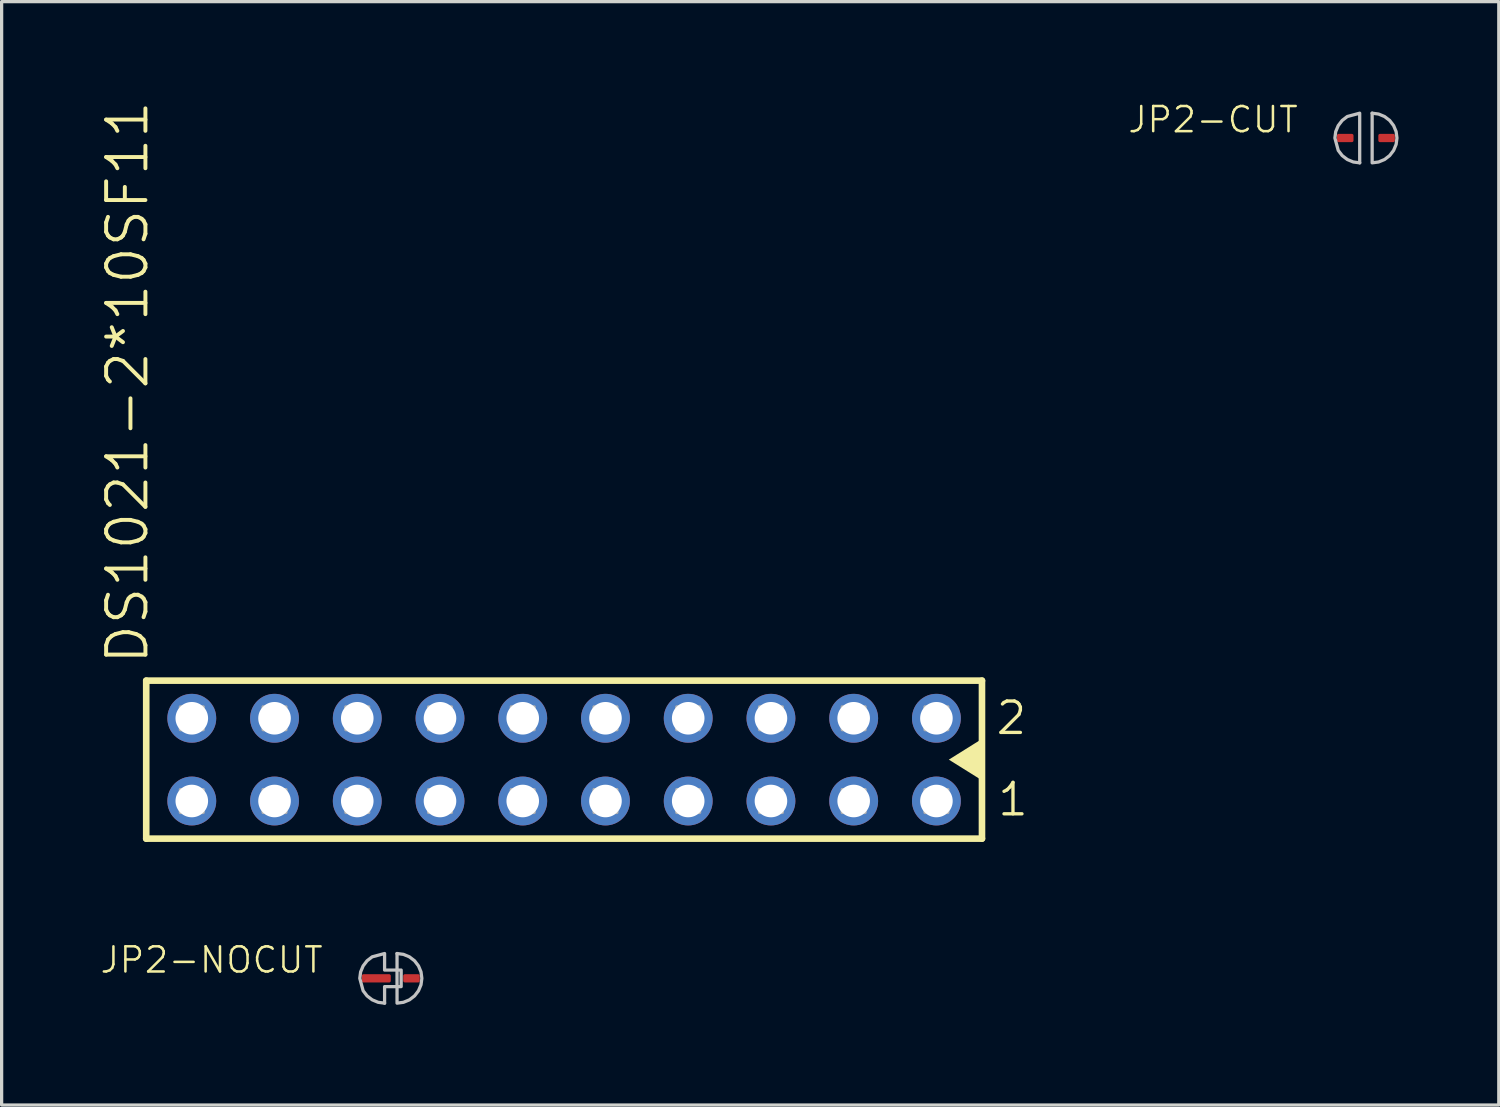
<source format=kicad_pcb>
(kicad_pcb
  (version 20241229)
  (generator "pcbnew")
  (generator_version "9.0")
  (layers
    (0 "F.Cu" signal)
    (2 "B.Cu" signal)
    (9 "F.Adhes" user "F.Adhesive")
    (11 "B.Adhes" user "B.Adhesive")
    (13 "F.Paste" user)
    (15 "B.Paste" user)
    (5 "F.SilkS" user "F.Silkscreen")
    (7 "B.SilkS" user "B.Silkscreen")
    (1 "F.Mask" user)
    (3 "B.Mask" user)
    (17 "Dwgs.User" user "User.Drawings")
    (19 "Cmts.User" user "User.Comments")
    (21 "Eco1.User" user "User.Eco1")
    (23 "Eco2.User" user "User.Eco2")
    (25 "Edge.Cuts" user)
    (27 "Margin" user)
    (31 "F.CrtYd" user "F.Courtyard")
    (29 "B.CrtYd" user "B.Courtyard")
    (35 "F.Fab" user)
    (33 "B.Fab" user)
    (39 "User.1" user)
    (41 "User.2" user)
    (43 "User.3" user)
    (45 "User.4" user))
  (footprint "JP2-NOCUT"
    (layer "F.Cu")
    (at 8.948 26.985)
    (property "Reference" "JP2-NOCUT" (at -2.032 -1.016 180) (layer "F.SilkS") (effects (font (size 0.772 0.772) (thickness 0.077)) (justify right top)))
    (attr through_hole)
    (fp_poly (pts (xy 0 -0.889) (xy -0.191 -0.889) (xy -0.19 -0.889) (xy -0.421 -0.859) (xy -0.635 -0.77) (xy -0.819 -0.629) (xy -0.96 -0.445) (xy -1.049 -0.23) (xy -1.079 0) (xy -1.079 -0.000001) (xy -1.049 0.23) (xy -0.96 0.445) (xy -0.819 0.629) (xy -0.635 0.77) (xy -0.191 0.889) (xy 0 0.889)) (stroke (width 0) (type solid)) (fill yes) (layer "F.Mask"))
    (fp_poly (pts (xy 0 0.889) (xy 0.191 0.889) (xy 0.19 0.889) (xy 0.421 0.859) (xy 0.635 0.77) (xy 0.819 0.629) (xy 0.96 0.445) (xy 1.049 0.23) (xy 1.079 0) (xy 1.079 0.000001) (xy 1.049 -0.23) (xy 0.96 -0.445) (xy 0.819 -0.629) (xy 0.635 -0.77) (xy 0.421 -0.859) (xy 0.191 -0.889) (xy 0 -0.889)) (stroke (width 0) (type solid)) (fill yes) (layer "F.Mask"))
    (fp_poly (pts (xy 0.191 0.762) (xy 0.191 -0.762) (xy 0.19 -0.762) (xy 0.388 -0.736) (xy 0.571 -0.66) (xy 0.729 -0.539) (xy 0.85 -0.381) (xy 0.927 -0.197) (xy 0.953 0) (xy 0.953 -0.000001) (xy 0.927 0.197) (xy 0.85 0.381) (xy 0.729 0.539) (xy 0.572 0.66) (xy 0.388 0.736)) (stroke (width 0.1) (type solid)) (fill no) (layer "Dwgs.User"))
    (fp_poly (pts (xy -0.191 -0.762) (xy -0.191 -0.254) (xy 0.318 -0.254) (xy 0.318 0.254) (xy -0.191 0.254) (xy -0.191 0.762) (xy -0.19 0.762) (xy -0.388 0.736) (xy -0.571 0.66) (xy -0.729 0.539) (xy -0.85 0.381) (xy -0.953 0) (xy -0.953 0.000001) (xy -0.927 -0.197) (xy -0.85 -0.381) (xy -0.729 -0.539) (xy -0.572 -0.66)) (stroke (width 0.1) (type solid)) (fill no) (layer "Dwgs.User"))
    (pad "1" smd roundrect (at -0.445 0) (size 0.889 0.254) (layers "F.Cu" "F.Mask") (roundrect_rratio 0.2))
    (pad "2" smd roundrect (at 0.635 0) (size 0.508 0.254) (layers "F.Cu" "F.Mask") (roundrect_rratio 0.2)))
  (footprint "DS1021-2*10SF11"
    (layer "F.Cu")
    (at 2.838 21.541)
    (property "Reference" "DS1021-2*10SF11" (at -1.27 -4.128 90) (layer "F.SilkS") (effects (font (size 1.206 1.206) (thickness 0.121)) (justify left bottom)))
    (attr through_hole)
    (fp_line (start -1.399 -3.695) (end 24.259 -3.695) (stroke (width 0.203) (type solid)) (layer "F.SilkS"))
    (fp_line (start -1.399 1.155) (end -1.399 -3.695) (stroke (width 0.203) (type solid)) (layer "F.SilkS"))
    (fp_line (start 24.259 -3.695) (end 24.259 1.155) (stroke (width 0.203) (type solid)) (layer "F.SilkS"))
    (fp_line (start 24.259 1.155) (end -1.399 1.155) (stroke (width 0.203) (type solid)) (layer "F.SilkS"))
    (fp_poly (pts (xy 24.257 -1.905) (xy 23.241 -1.27) (xy 24.257 -0.635) (xy 24.257 -1.778)) (stroke (width 0) (type solid)) (fill yes) (layer "F.SilkS"))
    (fp_poly (pts (xy -0.35 -2.19) (xy 0.35 -2.19) (xy 0.35 -2.89) (xy -0.35 -2.89)) (stroke (width 0.1) (type solid)) (fill no) (layer "F.Fab"))
    (fp_poly (pts (xy -0.35 0.35) (xy 0.35 0.35) (xy 0.35 -0.35) (xy -0.35 -0.35)) (stroke (width 0.1) (type solid)) (fill no) (layer "F.Fab"))
    (fp_poly (pts (xy 2.19 -2.19) (xy 2.89 -2.19) (xy 2.89 -2.89) (xy 2.19 -2.89)) (stroke (width 0.1) (type solid)) (fill no) (layer "F.Fab"))
    (fp_poly (pts (xy 2.19 0.35) (xy 2.89 0.35) (xy 2.89 -0.35) (xy 2.19 -0.35)) (stroke (width 0.1) (type solid)) (fill no) (layer "F.Fab"))
    (fp_poly (pts (xy 4.73 -2.19) (xy 5.43 -2.19) (xy 5.43 -2.89) (xy 4.73 -2.89)) (stroke (width 0.1) (type solid)) (fill no) (layer "F.Fab"))
    (fp_poly (pts (xy 4.73 0.35) (xy 5.43 0.35) (xy 5.43 -0.35) (xy 4.73 -0.35)) (stroke (width 0.1) (type solid)) (fill no) (layer "F.Fab"))
    (fp_poly (pts (xy 7.27 -2.19) (xy 7.97 -2.19) (xy 7.97 -2.89) (xy 7.27 -2.89)) (stroke (width 0.1) (type solid)) (fill no) (layer "F.Fab"))
    (fp_poly (pts (xy 7.27 0.35) (xy 7.97 0.35) (xy 7.97 -0.35) (xy 7.27 -0.35)) (stroke (width 0.1) (type solid)) (fill no) (layer "F.Fab"))
    (fp_poly (pts (xy 9.81 -2.19) (xy 10.51 -2.19) (xy 10.51 -2.89) (xy 9.81 -2.89)) (stroke (width 0.1) (type solid)) (fill no) (layer "F.Fab"))
    (fp_poly (pts (xy 9.81 0.35) (xy 10.51 0.35) (xy 10.51 -0.35) (xy 9.81 -0.35)) (stroke (width 0.1) (type solid)) (fill no) (layer "F.Fab"))
    (fp_poly (pts (xy 12.35 -2.19) (xy 13.05 -2.19) (xy 13.05 -2.89) (xy 12.35 -2.89)) (stroke (width 0.1) (type solid)) (fill no) (layer "F.Fab"))
    (fp_poly (pts (xy 12.35 0.35) (xy 13.05 0.35) (xy 13.05 -0.35) (xy 12.35 -0.35)) (stroke (width 0.1) (type solid)) (fill no) (layer "F.Fab"))
    (fp_poly (pts (xy 14.89 -2.19) (xy 15.59 -2.19) (xy 15.59 -2.89) (xy 14.89 -2.89)) (stroke (width 0.1) (type solid)) (fill no) (layer "F.Fab"))
    (fp_poly (pts (xy 14.89 0.35) (xy 15.59 0.35) (xy 15.59 -0.35) (xy 14.89 -0.35)) (stroke (width 0.1) (type solid)) (fill no) (layer "F.Fab"))
    (fp_poly (pts (xy 17.43 -2.19) (xy 18.13 -2.19) (xy 18.13 -2.89) (xy 17.43 -2.89)) (stroke (width 0.1) (type solid)) (fill no) (layer "F.Fab"))
    (fp_poly (pts (xy 17.43 0.35) (xy 18.13 0.35) (xy 18.13 -0.35) (xy 17.43 -0.35)) (stroke (width 0.1) (type solid)) (fill no) (layer "F.Fab"))
    (fp_poly (pts (xy 19.97 -2.19) (xy 20.67 -2.19) (xy 20.67 -2.89) (xy 19.97 -2.89)) (stroke (width 0.1) (type solid)) (fill no) (layer "F.Fab"))
    (fp_poly (pts (xy 19.97 0.35) (xy 20.67 0.35) (xy 20.67 -0.35) (xy 19.97 -0.35)) (stroke (width 0.1) (type solid)) (fill no) (layer "F.Fab"))
    (fp_poly (pts (xy 22.51 -2.19) (xy 23.21 -2.19) (xy 23.21 -2.89) (xy 22.51 -2.89)) (stroke (width 0.1) (type solid)) (fill no) (layer "F.Fab"))
    (fp_poly (pts (xy 22.51 0.35) (xy 23.21 0.35) (xy 23.21 -0.35) (xy 22.51 -0.35)) (stroke (width 0.1) (type solid)) (fill no) (layer "F.Fab"))
    (fp_text user "1" (at 24.684 0.516 0) (layer "F.SilkS") (effects (font (size 0.965 0.965) (thickness 0.102)) (justify left bottom)))
    (fp_text user "2" (at 24.636 -1.982 0) (layer "F.SilkS") (effects (font (size 0.965 0.965) (thickness 0.102)) (justify left bottom)))
    (pad "1" thru_hole circle (at 22.86 0 180) (size 1.5 1.5) (drill 1) (layers "*.Cu" "*.Mask"))
    (pad "2" thru_hole circle (at 22.86 -2.54 180) (size 1.5 1.5) (drill 1) (layers "*.Cu" "*.Mask"))
    (pad "3" thru_hole circle (at 20.32 0 180) (size 1.5 1.5) (drill 1) (layers "*.Cu" "*.Mask"))
    (pad "4" thru_hole circle (at 20.32 -2.54 180) (size 1.5 1.5) (drill 1) (layers "*.Cu" "*.Mask"))
    (pad "5" thru_hole circle (at 17.78 0 180) (size 1.5 1.5) (drill 1) (layers "*.Cu" "*.Mask"))
    (pad "6" thru_hole circle (at 17.78 -2.54 180) (size 1.5 1.5) (drill 1) (layers "*.Cu" "*.Mask"))
    (pad "7" thru_hole circle (at 15.24 0 180) (size 1.5 1.5) (drill 1) (layers "*.Cu" "*.Mask"))
    (pad "8" thru_hole circle (at 15.24 -2.54 180) (size 1.5 1.5) (drill 1) (layers "*.Cu" "*.Mask"))
    (pad "9" thru_hole circle (at 12.7 0 180) (size 1.5 1.5) (drill 1) (layers "*.Cu" "*.Mask"))
    (pad "10" thru_hole circle (at 12.7 -2.54 180) (size 1.5 1.5) (drill 1) (layers "*.Cu" "*.Mask"))
    (pad "11" thru_hole circle (at 10.16 0 180) (size 1.5 1.5) (drill 1) (layers "*.Cu" "*.Mask"))
    (pad "12" thru_hole circle (at 10.16 -2.54 180) (size 1.5 1.5) (drill 1) (layers "*.Cu" "*.Mask"))
    (pad "13" thru_hole circle (at 7.62 0 180) (size 1.5 1.5) (drill 1) (layers "*.Cu" "*.Mask"))
    (pad "14" thru_hole circle (at 7.62 -2.54 180) (size 1.5 1.5) (drill 1) (layers "*.Cu" "*.Mask"))
    (pad "15" thru_hole circle (at 5.08 0 180) (size 1.5 1.5) (drill 1) (layers "*.Cu" "*.Mask"))
    (pad "16" thru_hole circle (at 5.08 -2.54 180) (size 1.5 1.5) (drill 1) (layers "*.Cu" "*.Mask"))
    (pad "17" thru_hole circle (at 2.54 0 180) (size 1.5 1.5) (drill 1) (layers "*.Cu" "*.Mask"))
    (pad "18" thru_hole circle (at 2.54 -2.54 180) (size 1.5 1.5) (drill 1) (layers "*.Cu" "*.Mask"))
    (pad "19" thru_hole circle (at 0 0 180) (size 1.5 1.5) (drill 1) (layers "*.Cu" "*.Mask"))
    (pad "20" thru_hole circle (at 0 -2.54 180) (size 1.5 1.5) (drill 1) (layers "*.Cu" "*.Mask")))
  (footprint "JP2-CUT"
    (layer "F.Cu")
    (at 38.884 1.187)
    (property "Reference" "JP2-CUT" (at -2.032 -1.016 0) (layer "F.SilkS") (effects (font (size 0.772 0.772) (thickness 0.077)) (justify right top)))
    (attr through_hole)
    (fp_poly (pts (xy 0 -0.889) (xy -0.191 -0.889) (xy -0.19 -0.889) (xy -0.421 -0.859) (xy -0.635 -0.77) (xy -0.819 -0.629) (xy -0.96 -0.445) (xy -1.049 -0.23) (xy -1.079 0) (xy -1.079 -0.000001) (xy -1.049 0.23) (xy -0.96 0.445) (xy -0.819 0.629) (xy -0.635 0.77) (xy -0.191 0.889) (xy 0 0.889)) (stroke (width 0) (type solid)) (fill yes) (layer "F.Mask"))
    (fp_poly (pts (xy 0 0.889) (xy 0.191 0.889) (xy 0.19 0.889) (xy 0.421 0.859) (xy 0.635 0.77) (xy 0.819 0.629) (xy 0.96 0.445) (xy 1.049 0.23) (xy 1.079 0) (xy 1.079 0.000001) (xy 1.049 -0.23) (xy 0.96 -0.445) (xy 0.819 -0.629) (xy 0.635 -0.77) (xy 0.421 -0.859) (xy 0.191 -0.889) (xy 0 -0.889)) (stroke (width 0) (type solid)) (fill yes) (layer "F.Mask"))
    (fp_poly (pts (xy -0.191 -0.762) (xy -0.191 0.762) (xy -0.19 0.762) (xy -0.388 0.736) (xy -0.571 0.66) (xy -0.729 0.539) (xy -0.85 0.381) (xy -0.953 0) (xy -0.953 0.000001) (xy -0.927 -0.197) (xy -0.85 -0.381) (xy -0.729 -0.539) (xy -0.572 -0.66)) (stroke (width 0.1) (type solid)) (fill no) (layer "Dwgs.User"))
    (fp_poly (pts (xy 0.191 0.762) (xy 0.191 -0.762) (xy 0.19 -0.762) (xy 0.388 -0.736) (xy 0.571 -0.66) (xy 0.729 -0.539) (xy 0.85 -0.381) (xy 0.927 -0.197) (xy 0.953 0) (xy 0.953 -0.000001) (xy 0.927 0.197) (xy 0.85 0.381) (xy 0.729 0.539) (xy 0.572 0.66) (xy 0.388 0.736)) (stroke (width 0.1) (type solid)) (fill no) (layer "Dwgs.User"))
    (pad "1" smd roundrect (at -0.635 0) (size 0.508 0.254) (layers "F.Cu" "F.Mask") (roundrect_rratio 0.2))
    (pad "2" smd roundrect (at 0.635 0) (size 0.508 0.254) (layers "F.Cu" "F.Mask") (roundrect_rratio 0.2)))
  (gr_rect
    (start -3 -3)
    (end 42.963 30.874)
    (stroke (width 0.1) (type default))
    (fill no)
    (layer "Edge.Cuts")))
</source>
